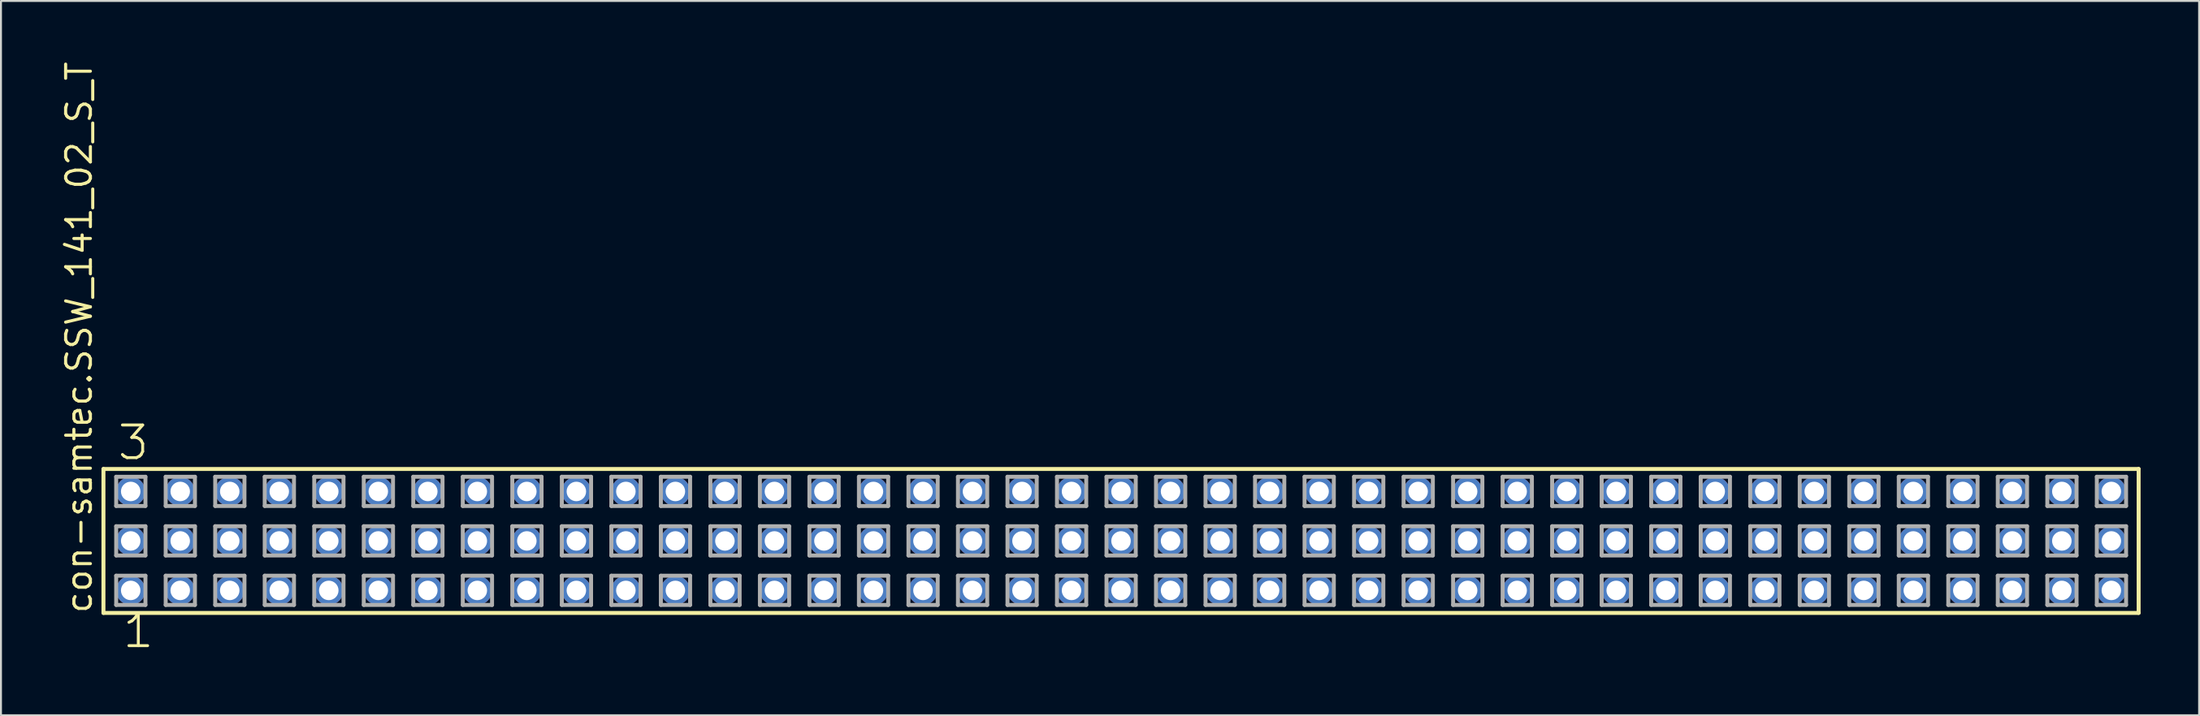
<source format=kicad_pcb>
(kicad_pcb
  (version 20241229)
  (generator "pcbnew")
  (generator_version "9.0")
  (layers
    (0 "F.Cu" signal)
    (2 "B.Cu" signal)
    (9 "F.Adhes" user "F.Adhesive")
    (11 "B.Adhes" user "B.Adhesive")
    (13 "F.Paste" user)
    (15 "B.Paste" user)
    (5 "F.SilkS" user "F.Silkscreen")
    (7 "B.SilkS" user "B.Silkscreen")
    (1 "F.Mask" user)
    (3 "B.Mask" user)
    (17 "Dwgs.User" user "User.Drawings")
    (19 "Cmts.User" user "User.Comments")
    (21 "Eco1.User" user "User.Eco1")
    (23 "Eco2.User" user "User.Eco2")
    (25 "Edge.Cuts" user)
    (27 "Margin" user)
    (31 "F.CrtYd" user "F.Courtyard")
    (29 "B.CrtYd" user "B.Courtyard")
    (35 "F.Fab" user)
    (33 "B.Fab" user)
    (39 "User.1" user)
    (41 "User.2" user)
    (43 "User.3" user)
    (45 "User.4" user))
  (footprint "con-samtec.SSW_141_02_S_T"
    (layer "F.Cu")
    (at 54.455 24.719)
    (property "Reference" "con-samtec.SSW_141_02_S_T" (at -52.705 3.81 90) (layer "F.SilkS") (effects (font (size 1.27 1.27) (thickness 0.16)) (justify left bottom)))
    (attr through_hole)
    (fp_line (start -52.199 -3.695) (end 52.199 -3.695) (stroke (width 0.203) (type default)) (layer "F.SilkS"))
    (fp_line (start -52.199 3.695) (end -52.199 -3.695) (stroke (width 0.203) (type default)) (layer "F.SilkS"))
    (fp_line (start 52.199 -3.695) (end 52.199 3.695) (stroke (width 0.203) (type default)) (layer "F.SilkS"))
    (fp_line (start 52.199 3.695) (end -52.199 3.695) (stroke (width 0.203) (type default)) (layer "F.SilkS"))
    (fp_line (start -51.545 -3.295) (end -50.045 -3.295) (stroke (width 0.203) (type default)) (layer "F.Fab"))
    (fp_line (start -51.545 -1.795) (end -51.545 -3.295) (stroke (width 0.203) (type default)) (layer "F.Fab"))
    (fp_line (start -51.545 -0.755) (end -50.045 -0.755) (stroke (width 0.203) (type default)) (layer "F.Fab"))
    (fp_line (start -51.545 0.745) (end -51.545 -0.755) (stroke (width 0.203) (type default)) (layer "F.Fab"))
    (fp_line (start -51.545 1.785) (end -50.045 1.785) (stroke (width 0.203) (type default)) (layer "F.Fab"))
    (fp_line (start -51.545 3.285) (end -51.545 1.785) (stroke (width 0.203) (type default)) (layer "F.Fab"))
    (fp_line (start -50.045 -3.295) (end -50.045 -1.795) (stroke (width 0.203) (type default)) (layer "F.Fab"))
    (fp_line (start -50.045 -1.795) (end -51.545 -1.795) (stroke (width 0.203) (type default)) (layer "F.Fab"))
    (fp_line (start -50.045 -0.755) (end -50.045 0.745) (stroke (width 0.203) (type default)) (layer "F.Fab"))
    (fp_line (start -50.045 0.745) (end -51.545 0.745) (stroke (width 0.203) (type default)) (layer "F.Fab"))
    (fp_line (start -50.045 1.785) (end -50.045 3.285) (stroke (width 0.203) (type default)) (layer "F.Fab"))
    (fp_line (start -50.045 3.285) (end -51.545 3.285) (stroke (width 0.203) (type default)) (layer "F.Fab"))
    (fp_line (start -49.005 -3.295) (end -47.505 -3.295) (stroke (width 0.203) (type default)) (layer "F.Fab"))
    (fp_line (start -49.005 -1.795) (end -49.005 -3.295) (stroke (width 0.203) (type default)) (layer "F.Fab"))
    (fp_line (start -49.005 -0.755) (end -47.505 -0.755) (stroke (width 0.203) (type default)) (layer "F.Fab"))
    (fp_line (start -49.005 0.745) (end -49.005 -0.755) (stroke (width 0.203) (type default)) (layer "F.Fab"))
    (fp_line (start -49.005 1.785) (end -47.505 1.785) (stroke (width 0.203) (type default)) (layer "F.Fab"))
    (fp_line (start -49.005 3.285) (end -49.005 1.785) (stroke (width 0.203) (type default)) (layer "F.Fab"))
    (fp_line (start -47.505 -3.295) (end -47.505 -1.795) (stroke (width 0.203) (type default)) (layer "F.Fab"))
    (fp_line (start -47.505 -1.795) (end -49.005 -1.795) (stroke (width 0.203) (type default)) (layer "F.Fab"))
    (fp_line (start -47.505 -0.755) (end -47.505 0.745) (stroke (width 0.203) (type default)) (layer "F.Fab"))
    (fp_line (start -47.505 0.745) (end -49.005 0.745) (stroke (width 0.203) (type default)) (layer "F.Fab"))
    (fp_line (start -47.505 1.785) (end -47.505 3.285) (stroke (width 0.203) (type default)) (layer "F.Fab"))
    (fp_line (start -47.505 3.285) (end -49.005 3.285) (stroke (width 0.203) (type default)) (layer "F.Fab"))
    (fp_line (start -46.465 -3.295) (end -44.965 -3.295) (stroke (width 0.203) (type default)) (layer "F.Fab"))
    (fp_line (start -46.465 -1.795) (end -46.465 -3.295) (stroke (width 0.203) (type default)) (layer "F.Fab"))
    (fp_line (start -46.465 -0.755) (end -44.965 -0.755) (stroke (width 0.203) (type default)) (layer "F.Fab"))
    (fp_line (start -46.465 0.745) (end -46.465 -0.755) (stroke (width 0.203) (type default)) (layer "F.Fab"))
    (fp_line (start -46.465 1.785) (end -44.965 1.785) (stroke (width 0.203) (type default)) (layer "F.Fab"))
    (fp_line (start -46.465 3.285) (end -46.465 1.785) (stroke (width 0.203) (type default)) (layer "F.Fab"))
    (fp_line (start -44.965 -3.295) (end -44.965 -1.795) (stroke (width 0.203) (type default)) (layer "F.Fab"))
    (fp_line (start -44.965 -1.795) (end -46.465 -1.795) (stroke (width 0.203) (type default)) (layer "F.Fab"))
    (fp_line (start -44.965 -0.755) (end -44.965 0.745) (stroke (width 0.203) (type default)) (layer "F.Fab"))
    (fp_line (start -44.965 0.745) (end -46.465 0.745) (stroke (width 0.203) (type default)) (layer "F.Fab"))
    (fp_line (start -44.965 1.785) (end -44.965 3.285) (stroke (width 0.203) (type default)) (layer "F.Fab"))
    (fp_line (start -44.965 3.285) (end -46.465 3.285) (stroke (width 0.203) (type default)) (layer "F.Fab"))
    (fp_line (start -43.925 -3.295) (end -42.425 -3.295) (stroke (width 0.203) (type default)) (layer "F.Fab"))
    (fp_line (start -43.925 -1.795) (end -43.925 -3.295) (stroke (width 0.203) (type default)) (layer "F.Fab"))
    (fp_line (start -43.925 -0.755) (end -42.425 -0.755) (stroke (width 0.203) (type default)) (layer "F.Fab"))
    (fp_line (start -43.925 0.745) (end -43.925 -0.755) (stroke (width 0.203) (type default)) (layer "F.Fab"))
    (fp_line (start -43.925 1.785) (end -42.425 1.785) (stroke (width 0.203) (type default)) (layer "F.Fab"))
    (fp_line (start -43.925 3.285) (end -43.925 1.785) (stroke (width 0.203) (type default)) (layer "F.Fab"))
    (fp_line (start -42.425 -3.295) (end -42.425 -1.795) (stroke (width 0.203) (type default)) (layer "F.Fab"))
    (fp_line (start -42.425 -1.795) (end -43.925 -1.795) (stroke (width 0.203) (type default)) (layer "F.Fab"))
    (fp_line (start -42.425 -0.755) (end -42.425 0.745) (stroke (width 0.203) (type default)) (layer "F.Fab"))
    (fp_line (start -42.425 0.745) (end -43.925 0.745) (stroke (width 0.203) (type default)) (layer "F.Fab"))
    (fp_line (start -42.425 1.785) (end -42.425 3.285) (stroke (width 0.203) (type default)) (layer "F.Fab"))
    (fp_line (start -42.425 3.285) (end -43.925 3.285) (stroke (width 0.203) (type default)) (layer "F.Fab"))
    (fp_line (start -41.385 -3.295) (end -39.885 -3.295) (stroke (width 0.203) (type default)) (layer "F.Fab"))
    (fp_line (start -41.385 -1.795) (end -41.385 -3.295) (stroke (width 0.203) (type default)) (layer "F.Fab"))
    (fp_line (start -41.385 -0.755) (end -39.885 -0.755) (stroke (width 0.203) (type default)) (layer "F.Fab"))
    (fp_line (start -41.385 0.745) (end -41.385 -0.755) (stroke (width 0.203) (type default)) (layer "F.Fab"))
    (fp_line (start -41.385 1.785) (end -39.885 1.785) (stroke (width 0.203) (type default)) (layer "F.Fab"))
    (fp_line (start -41.385 3.285) (end -41.385 1.785) (stroke (width 0.203) (type default)) (layer "F.Fab"))
    (fp_line (start -39.885 -3.295) (end -39.885 -1.795) (stroke (width 0.203) (type default)) (layer "F.Fab"))
    (fp_line (start -39.885 -1.795) (end -41.385 -1.795) (stroke (width 0.203) (type default)) (layer "F.Fab"))
    (fp_line (start -39.885 -0.755) (end -39.885 0.745) (stroke (width 0.203) (type default)) (layer "F.Fab"))
    (fp_line (start -39.885 0.745) (end -41.385 0.745) (stroke (width 0.203) (type default)) (layer "F.Fab"))
    (fp_line (start -39.885 1.785) (end -39.885 3.285) (stroke (width 0.203) (type default)) (layer "F.Fab"))
    (fp_line (start -39.885 3.285) (end -41.385 3.285) (stroke (width 0.203) (type default)) (layer "F.Fab"))
    (fp_line (start -38.845 -3.295) (end -37.345 -3.295) (stroke (width 0.203) (type default)) (layer "F.Fab"))
    (fp_line (start -38.845 -1.795) (end -38.845 -3.295) (stroke (width 0.203) (type default)) (layer "F.Fab"))
    (fp_line (start -38.845 -0.755) (end -37.345 -0.755) (stroke (width 0.203) (type default)) (layer "F.Fab"))
    (fp_line (start -38.845 0.745) (end -38.845 -0.755) (stroke (width 0.203) (type default)) (layer "F.Fab"))
    (fp_line (start -38.845 1.785) (end -37.345 1.785) (stroke (width 0.203) (type default)) (layer "F.Fab"))
    (fp_line (start -38.845 3.285) (end -38.845 1.785) (stroke (width 0.203) (type default)) (layer "F.Fab"))
    (fp_line (start -37.345 -3.295) (end -37.345 -1.795) (stroke (width 0.203) (type default)) (layer "F.Fab"))
    (fp_line (start -37.345 -1.795) (end -38.845 -1.795) (stroke (width 0.203) (type default)) (layer "F.Fab"))
    (fp_line (start -37.345 -0.755) (end -37.345 0.745) (stroke (width 0.203) (type default)) (layer "F.Fab"))
    (fp_line (start -37.345 0.745) (end -38.845 0.745) (stroke (width 0.203) (type default)) (layer "F.Fab"))
    (fp_line (start -37.345 1.785) (end -37.345 3.285) (stroke (width 0.203) (type default)) (layer "F.Fab"))
    (fp_line (start -37.345 3.285) (end -38.845 3.285) (stroke (width 0.203) (type default)) (layer "F.Fab"))
    (fp_line (start -36.305 -3.295) (end -34.805 -3.295) (stroke (width 0.203) (type default)) (layer "F.Fab"))
    (fp_line (start -36.305 -1.795) (end -36.305 -3.295) (stroke (width 0.203) (type default)) (layer "F.Fab"))
    (fp_line (start -36.305 -0.755) (end -34.805 -0.755) (stroke (width 0.203) (type default)) (layer "F.Fab"))
    (fp_line (start -36.305 0.745) (end -36.305 -0.755) (stroke (width 0.203) (type default)) (layer "F.Fab"))
    (fp_line (start -36.305 1.785) (end -34.805 1.785) (stroke (width 0.203) (type default)) (layer "F.Fab"))
    (fp_line (start -36.305 3.285) (end -36.305 1.785) (stroke (width 0.203) (type default)) (layer "F.Fab"))
    (fp_line (start -34.805 -3.295) (end -34.805 -1.795) (stroke (width 0.203) (type default)) (layer "F.Fab"))
    (fp_line (start -34.805 -1.795) (end -36.305 -1.795) (stroke (width 0.203) (type default)) (layer "F.Fab"))
    (fp_line (start -34.805 -0.755) (end -34.805 0.745) (stroke (width 0.203) (type default)) (layer "F.Fab"))
    (fp_line (start -34.805 0.745) (end -36.305 0.745) (stroke (width 0.203) (type default)) (layer "F.Fab"))
    (fp_line (start -34.805 1.785) (end -34.805 3.285) (stroke (width 0.203) (type default)) (layer "F.Fab"))
    (fp_line (start -34.805 3.285) (end -36.305 3.285) (stroke (width 0.203) (type default)) (layer "F.Fab"))
    (fp_line (start -33.765 -3.295) (end -32.265 -3.295) (stroke (width 0.203) (type default)) (layer "F.Fab"))
    (fp_line (start -33.765 -1.795) (end -33.765 -3.295) (stroke (width 0.203) (type default)) (layer "F.Fab"))
    (fp_line (start -33.765 -0.755) (end -32.265 -0.755) (stroke (width 0.203) (type default)) (layer "F.Fab"))
    (fp_line (start -33.765 0.745) (end -33.765 -0.755) (stroke (width 0.203) (type default)) (layer "F.Fab"))
    (fp_line (start -33.765 1.785) (end -32.265 1.785) (stroke (width 0.203) (type default)) (layer "F.Fab"))
    (fp_line (start -33.765 3.285) (end -33.765 1.785) (stroke (width 0.203) (type default)) (layer "F.Fab"))
    (fp_line (start -32.265 -3.295) (end -32.265 -1.795) (stroke (width 0.203) (type default)) (layer "F.Fab"))
    (fp_line (start -32.265 -1.795) (end -33.765 -1.795) (stroke (width 0.203) (type default)) (layer "F.Fab"))
    (fp_line (start -32.265 -0.755) (end -32.265 0.745) (stroke (width 0.203) (type default)) (layer "F.Fab"))
    (fp_line (start -32.265 0.745) (end -33.765 0.745) (stroke (width 0.203) (type default)) (layer "F.Fab"))
    (fp_line (start -32.265 1.785) (end -32.265 3.285) (stroke (width 0.203) (type default)) (layer "F.Fab"))
    (fp_line (start -32.265 3.285) (end -33.765 3.285) (stroke (width 0.203) (type default)) (layer "F.Fab"))
    (fp_line (start -31.225 -3.295) (end -29.725 -3.295) (stroke (width 0.203) (type default)) (layer "F.Fab"))
    (fp_line (start -31.225 -1.795) (end -31.225 -3.295) (stroke (width 0.203) (type default)) (layer "F.Fab"))
    (fp_line (start -31.225 -0.755) (end -29.725 -0.755) (stroke (width 0.203) (type default)) (layer "F.Fab"))
    (fp_line (start -31.225 0.745) (end -31.225 -0.755) (stroke (width 0.203) (type default)) (layer "F.Fab"))
    (fp_line (start -31.225 1.785) (end -29.725 1.785) (stroke (width 0.203) (type default)) (layer "F.Fab"))
    (fp_line (start -31.225 3.285) (end -31.225 1.785) (stroke (width 0.203) (type default)) (layer "F.Fab"))
    (fp_line (start -29.725 -3.295) (end -29.725 -1.795) (stroke (width 0.203) (type default)) (layer "F.Fab"))
    (fp_line (start -29.725 -1.795) (end -31.225 -1.795) (stroke (width 0.203) (type default)) (layer "F.Fab"))
    (fp_line (start -29.725 -0.755) (end -29.725 0.745) (stroke (width 0.203) (type default)) (layer "F.Fab"))
    (fp_line (start -29.725 0.745) (end -31.225 0.745) (stroke (width 0.203) (type default)) (layer "F.Fab"))
    (fp_line (start -29.725 1.785) (end -29.725 3.285) (stroke (width 0.203) (type default)) (layer "F.Fab"))
    (fp_line (start -29.725 3.285) (end -31.225 3.285) (stroke (width 0.203) (type default)) (layer "F.Fab"))
    (fp_line (start -28.685 -3.295) (end -27.185 -3.295) (stroke (width 0.203) (type default)) (layer "F.Fab"))
    (fp_line (start -28.685 -1.795) (end -28.685 -3.295) (stroke (width 0.203) (type default)) (layer "F.Fab"))
    (fp_line (start -28.685 -0.755) (end -27.185 -0.755) (stroke (width 0.203) (type default)) (layer "F.Fab"))
    (fp_line (start -28.685 0.745) (end -28.685 -0.755) (stroke (width 0.203) (type default)) (layer "F.Fab"))
    (fp_line (start -28.685 1.785) (end -27.185 1.785) (stroke (width 0.203) (type default)) (layer "F.Fab"))
    (fp_line (start -28.685 3.285) (end -28.685 1.785) (stroke (width 0.203) (type default)) (layer "F.Fab"))
    (fp_line (start -27.185 -3.295) (end -27.185 -1.795) (stroke (width 0.203) (type default)) (layer "F.Fab"))
    (fp_line (start -27.185 -1.795) (end -28.685 -1.795) (stroke (width 0.203) (type default)) (layer "F.Fab"))
    (fp_line (start -27.185 -0.755) (end -27.185 0.745) (stroke (width 0.203) (type default)) (layer "F.Fab"))
    (fp_line (start -27.185 0.745) (end -28.685 0.745) (stroke (width 0.203) (type default)) (layer "F.Fab"))
    (fp_line (start -27.185 1.785) (end -27.185 3.285) (stroke (width 0.203) (type default)) (layer "F.Fab"))
    (fp_line (start -27.185 3.285) (end -28.685 3.285) (stroke (width 0.203) (type default)) (layer "F.Fab"))
    (fp_line (start -26.145 -3.295) (end -24.645 -3.295) (stroke (width 0.203) (type default)) (layer "F.Fab"))
    (fp_line (start -26.145 -1.795) (end -26.145 -3.295) (stroke (width 0.203) (type default)) (layer "F.Fab"))
    (fp_line (start -26.145 -0.755) (end -24.645 -0.755) (stroke (width 0.203) (type default)) (layer "F.Fab"))
    (fp_line (start -26.145 0.745) (end -26.145 -0.755) (stroke (width 0.203) (type default)) (layer "F.Fab"))
    (fp_line (start -26.145 1.785) (end -24.645 1.785) (stroke (width 0.203) (type default)) (layer "F.Fab"))
    (fp_line (start -26.145 3.285) (end -26.145 1.785) (stroke (width 0.203) (type default)) (layer "F.Fab"))
    (fp_line (start -24.645 -3.295) (end -24.645 -1.795) (stroke (width 0.203) (type default)) (layer "F.Fab"))
    (fp_line (start -24.645 -1.795) (end -26.145 -1.795) (stroke (width 0.203) (type default)) (layer "F.Fab"))
    (fp_line (start -24.645 -0.755) (end -24.645 0.745) (stroke (width 0.203) (type default)) (layer "F.Fab"))
    (fp_line (start -24.645 0.745) (end -26.145 0.745) (stroke (width 0.203) (type default)) (layer "F.Fab"))
    (fp_line (start -24.645 1.785) (end -24.645 3.285) (stroke (width 0.203) (type default)) (layer "F.Fab"))
    (fp_line (start -24.645 3.285) (end -26.145 3.285) (stroke (width 0.203) (type default)) (layer "F.Fab"))
    (fp_line (start -23.605 -3.295) (end -22.105 -3.295) (stroke (width 0.203) (type default)) (layer "F.Fab"))
    (fp_line (start -23.605 -1.795) (end -23.605 -3.295) (stroke (width 0.203) (type default)) (layer "F.Fab"))
    (fp_line (start -23.605 -0.755) (end -22.105 -0.755) (stroke (width 0.203) (type default)) (layer "F.Fab"))
    (fp_line (start -23.605 0.745) (end -23.605 -0.755) (stroke (width 0.203) (type default)) (layer "F.Fab"))
    (fp_line (start -23.605 1.785) (end -22.105 1.785) (stroke (width 0.203) (type default)) (layer "F.Fab"))
    (fp_line (start -23.605 3.285) (end -23.605 1.785) (stroke (width 0.203) (type default)) (layer "F.Fab"))
    (fp_line (start -22.105 -3.295) (end -22.105 -1.795) (stroke (width 0.203) (type default)) (layer "F.Fab"))
    (fp_line (start -22.105 -1.795) (end -23.605 -1.795) (stroke (width 0.203) (type default)) (layer "F.Fab"))
    (fp_line (start -22.105 -0.755) (end -22.105 0.745) (stroke (width 0.203) (type default)) (layer "F.Fab"))
    (fp_line (start -22.105 0.745) (end -23.605 0.745) (stroke (width 0.203) (type default)) (layer "F.Fab"))
    (fp_line (start -22.105 1.785) (end -22.105 3.285) (stroke (width 0.203) (type default)) (layer "F.Fab"))
    (fp_line (start -22.105 3.285) (end -23.605 3.285) (stroke (width 0.203) (type default)) (layer "F.Fab"))
    (fp_line (start -21.065 -3.295) (end -19.565 -3.295) (stroke (width 0.203) (type default)) (layer "F.Fab"))
    (fp_line (start -21.065 -1.795) (end -21.065 -3.295) (stroke (width 0.203) (type default)) (layer "F.Fab"))
    (fp_line (start -21.065 -0.755) (end -19.565 -0.755) (stroke (width 0.203) (type default)) (layer "F.Fab"))
    (fp_line (start -21.065 0.745) (end -21.065 -0.755) (stroke (width 0.203) (type default)) (layer "F.Fab"))
    (fp_line (start -21.065 1.785) (end -19.565 1.785) (stroke (width 0.203) (type default)) (layer "F.Fab"))
    (fp_line (start -21.065 3.285) (end -21.065 1.785) (stroke (width 0.203) (type default)) (layer "F.Fab"))
    (fp_line (start -19.565 -3.295) (end -19.565 -1.795) (stroke (width 0.203) (type default)) (layer "F.Fab"))
    (fp_line (start -19.565 -1.795) (end -21.065 -1.795) (stroke (width 0.203) (type default)) (layer "F.Fab"))
    (fp_line (start -19.565 -0.755) (end -19.565 0.745) (stroke (width 0.203) (type default)) (layer "F.Fab"))
    (fp_line (start -19.565 0.745) (end -21.065 0.745) (stroke (width 0.203) (type default)) (layer "F.Fab"))
    (fp_line (start -19.565 1.785) (end -19.565 3.285) (stroke (width 0.203) (type default)) (layer "F.Fab"))
    (fp_line (start -19.565 3.285) (end -21.065 3.285) (stroke (width 0.203) (type default)) (layer "F.Fab"))
    (fp_line (start -18.525 -3.295) (end -17.025 -3.295) (stroke (width 0.203) (type default)) (layer "F.Fab"))
    (fp_line (start -18.525 -1.795) (end -18.525 -3.295) (stroke (width 0.203) (type default)) (layer "F.Fab"))
    (fp_line (start -18.525 -0.755) (end -17.025 -0.755) (stroke (width 0.203) (type default)) (layer "F.Fab"))
    (fp_line (start -18.525 0.745) (end -18.525 -0.755) (stroke (width 0.203) (type default)) (layer "F.Fab"))
    (fp_line (start -18.525 1.785) (end -17.025 1.785) (stroke (width 0.203) (type default)) (layer "F.Fab"))
    (fp_line (start -18.525 3.285) (end -18.525 1.785) (stroke (width 0.203) (type default)) (layer "F.Fab"))
    (fp_line (start -17.025 -3.295) (end -17.025 -1.795) (stroke (width 0.203) (type default)) (layer "F.Fab"))
    (fp_line (start -17.025 -1.795) (end -18.525 -1.795) (stroke (width 0.203) (type default)) (layer "F.Fab"))
    (fp_line (start -17.025 -0.755) (end -17.025 0.745) (stroke (width 0.203) (type default)) (layer "F.Fab"))
    (fp_line (start -17.025 0.745) (end -18.525 0.745) (stroke (width 0.203) (type default)) (layer "F.Fab"))
    (fp_line (start -17.025 1.785) (end -17.025 3.285) (stroke (width 0.203) (type default)) (layer "F.Fab"))
    (fp_line (start -17.025 3.285) (end -18.525 3.285) (stroke (width 0.203) (type default)) (layer "F.Fab"))
    (fp_line (start -15.985 -3.295) (end -14.485 -3.295) (stroke (width 0.203) (type default)) (layer "F.Fab"))
    (fp_line (start -15.985 -1.795) (end -15.985 -3.295) (stroke (width 0.203) (type default)) (layer "F.Fab"))
    (fp_line (start -15.985 -0.755) (end -14.485 -0.755) (stroke (width 0.203) (type default)) (layer "F.Fab"))
    (fp_line (start -15.985 0.745) (end -15.985 -0.755) (stroke (width 0.203) (type default)) (layer "F.Fab"))
    (fp_line (start -15.985 1.785) (end -14.485 1.785) (stroke (width 0.203) (type default)) (layer "F.Fab"))
    (fp_line (start -15.985 3.285) (end -15.985 1.785) (stroke (width 0.203) (type default)) (layer "F.Fab"))
    (fp_line (start -14.485 -3.295) (end -14.485 -1.795) (stroke (width 0.203) (type default)) (layer "F.Fab"))
    (fp_line (start -14.485 -1.795) (end -15.985 -1.795) (stroke (width 0.203) (type default)) (layer "F.Fab"))
    (fp_line (start -14.485 -0.755) (end -14.485 0.745) (stroke (width 0.203) (type default)) (layer "F.Fab"))
    (fp_line (start -14.485 0.745) (end -15.985 0.745) (stroke (width 0.203) (type default)) (layer "F.Fab"))
    (fp_line (start -14.485 1.785) (end -14.485 3.285) (stroke (width 0.203) (type default)) (layer "F.Fab"))
    (fp_line (start -14.485 3.285) (end -15.985 3.285) (stroke (width 0.203) (type default)) (layer "F.Fab"))
    (fp_line (start -13.445 -3.295) (end -11.945 -3.295) (stroke (width 0.203) (type default)) (layer "F.Fab"))
    (fp_line (start -13.445 -1.795) (end -13.445 -3.295) (stroke (width 0.203) (type default)) (layer "F.Fab"))
    (fp_line (start -13.445 -0.755) (end -11.945 -0.755) (stroke (width 0.203) (type default)) (layer "F.Fab"))
    (fp_line (start -13.445 0.745) (end -13.445 -0.755) (stroke (width 0.203) (type default)) (layer "F.Fab"))
    (fp_line (start -13.445 1.785) (end -11.945 1.785) (stroke (width 0.203) (type default)) (layer "F.Fab"))
    (fp_line (start -13.445 3.285) (end -13.445 1.785) (stroke (width 0.203) (type default)) (layer "F.Fab"))
    (fp_line (start -11.945 -3.295) (end -11.945 -1.795) (stroke (width 0.203) (type default)) (layer "F.Fab"))
    (fp_line (start -11.945 -1.795) (end -13.445 -1.795) (stroke (width 0.203) (type default)) (layer "F.Fab"))
    (fp_line (start -11.945 -0.755) (end -11.945 0.745) (stroke (width 0.203) (type default)) (layer "F.Fab"))
    (fp_line (start -11.945 0.745) (end -13.445 0.745) (stroke (width 0.203) (type default)) (layer "F.Fab"))
    (fp_line (start -11.945 1.785) (end -11.945 3.285) (stroke (width 0.203) (type default)) (layer "F.Fab"))
    (fp_line (start -11.945 3.285) (end -13.445 3.285) (stroke (width 0.203) (type default)) (layer "F.Fab"))
    (fp_line (start -10.905 -3.295) (end -9.405 -3.295) (stroke (width 0.203) (type default)) (layer "F.Fab"))
    (fp_line (start -10.905 -1.795) (end -10.905 -3.295) (stroke (width 0.203) (type default)) (layer "F.Fab"))
    (fp_line (start -10.905 -0.755) (end -9.405 -0.755) (stroke (width 0.203) (type default)) (layer "F.Fab"))
    (fp_line (start -10.905 0.745) (end -10.905 -0.755) (stroke (width 0.203) (type default)) (layer "F.Fab"))
    (fp_line (start -10.905 1.785) (end -9.405 1.785) (stroke (width 0.203) (type default)) (layer "F.Fab"))
    (fp_line (start -10.905 3.285) (end -10.905 1.785) (stroke (width 0.203) (type default)) (layer "F.Fab"))
    (fp_line (start -9.405 -3.295) (end -9.405 -1.795) (stroke (width 0.203) (type default)) (layer "F.Fab"))
    (fp_line (start -9.405 -1.795) (end -10.905 -1.795) (stroke (width 0.203) (type default)) (layer "F.Fab"))
    (fp_line (start -9.405 -0.755) (end -9.405 0.745) (stroke (width 0.203) (type default)) (layer "F.Fab"))
    (fp_line (start -9.405 0.745) (end -10.905 0.745) (stroke (width 0.203) (type default)) (layer "F.Fab"))
    (fp_line (start -9.405 1.785) (end -9.405 3.285) (stroke (width 0.203) (type default)) (layer "F.Fab"))
    (fp_line (start -9.405 3.285) (end -10.905 3.285) (stroke (width 0.203) (type default)) (layer "F.Fab"))
    (fp_line (start -8.365 -3.295) (end -6.865 -3.295) (stroke (width 0.203) (type default)) (layer "F.Fab"))
    (fp_line (start -8.365 -1.795) (end -8.365 -3.295) (stroke (width 0.203) (type default)) (layer "F.Fab"))
    (fp_line (start -8.365 -0.755) (end -6.865 -0.755) (stroke (width 0.203) (type default)) (layer "F.Fab"))
    (fp_line (start -8.365 0.745) (end -8.365 -0.755) (stroke (width 0.203) (type default)) (layer "F.Fab"))
    (fp_line (start -8.365 1.785) (end -6.865 1.785) (stroke (width 0.203) (type default)) (layer "F.Fab"))
    (fp_line (start -8.365 3.285) (end -8.365 1.785) (stroke (width 0.203) (type default)) (layer "F.Fab"))
    (fp_line (start -6.865 -3.295) (end -6.865 -1.795) (stroke (width 0.203) (type default)) (layer "F.Fab"))
    (fp_line (start -6.865 -1.795) (end -8.365 -1.795) (stroke (width 0.203) (type default)) (layer "F.Fab"))
    (fp_line (start -6.865 -0.755) (end -6.865 0.745) (stroke (width 0.203) (type default)) (layer "F.Fab"))
    (fp_line (start -6.865 0.745) (end -8.365 0.745) (stroke (width 0.203) (type default)) (layer "F.Fab"))
    (fp_line (start -6.865 1.785) (end -6.865 3.285) (stroke (width 0.203) (type default)) (layer "F.Fab"))
    (fp_line (start -6.865 3.285) (end -8.365 3.285) (stroke (width 0.203) (type default)) (layer "F.Fab"))
    (fp_line (start -5.825 -3.295) (end -4.325 -3.295) (stroke (width 0.203) (type default)) (layer "F.Fab"))
    (fp_line (start -5.825 -1.795) (end -5.825 -3.295) (stroke (width 0.203) (type default)) (layer "F.Fab"))
    (fp_line (start -5.825 -0.755) (end -4.325 -0.755) (stroke (width 0.203) (type default)) (layer "F.Fab"))
    (fp_line (start -5.825 0.745) (end -5.825 -0.755) (stroke (width 0.203) (type default)) (layer "F.Fab"))
    (fp_line (start -5.825 1.785) (end -4.325 1.785) (stroke (width 0.203) (type default)) (layer "F.Fab"))
    (fp_line (start -5.825 3.285) (end -5.825 1.785) (stroke (width 0.203) (type default)) (layer "F.Fab"))
    (fp_line (start -4.325 -3.295) (end -4.325 -1.795) (stroke (width 0.203) (type default)) (layer "F.Fab"))
    (fp_line (start -4.325 -1.795) (end -5.825 -1.795) (stroke (width 0.203) (type default)) (layer "F.Fab"))
    (fp_line (start -4.325 -0.755) (end -4.325 0.745) (stroke (width 0.203) (type default)) (layer "F.Fab"))
    (fp_line (start -4.325 0.745) (end -5.825 0.745) (stroke (width 0.203) (type default)) (layer "F.Fab"))
    (fp_line (start -4.325 1.785) (end -4.325 3.285) (stroke (width 0.203) (type default)) (layer "F.Fab"))
    (fp_line (start -4.325 3.285) (end -5.825 3.285) (stroke (width 0.203) (type default)) (layer "F.Fab"))
    (fp_line (start -3.285 -3.295) (end -1.785 -3.295) (stroke (width 0.203) (type default)) (layer "F.Fab"))
    (fp_line (start -3.285 -1.795) (end -3.285 -3.295) (stroke (width 0.203) (type default)) (layer "F.Fab"))
    (fp_line (start -3.285 -0.755) (end -1.785 -0.755) (stroke (width 0.203) (type default)) (layer "F.Fab"))
    (fp_line (start -3.285 0.745) (end -3.285 -0.755) (stroke (width 0.203) (type default)) (layer "F.Fab"))
    (fp_line (start -3.285 1.785) (end -1.785 1.785) (stroke (width 0.203) (type default)) (layer "F.Fab"))
    (fp_line (start -3.285 3.285) (end -3.285 1.785) (stroke (width 0.203) (type default)) (layer "F.Fab"))
    (fp_line (start -1.785 -3.295) (end -1.785 -1.795) (stroke (width 0.203) (type default)) (layer "F.Fab"))
    (fp_line (start -1.785 -1.795) (end -3.285 -1.795) (stroke (width 0.203) (type default)) (layer "F.Fab"))
    (fp_line (start -1.785 -0.755) (end -1.785 0.745) (stroke (width 0.203) (type default)) (layer "F.Fab"))
    (fp_line (start -1.785 0.745) (end -3.285 0.745) (stroke (width 0.203) (type default)) (layer "F.Fab"))
    (fp_line (start -1.785 1.785) (end -1.785 3.285) (stroke (width 0.203) (type default)) (layer "F.Fab"))
    (fp_line (start -1.785 3.285) (end -3.285 3.285) (stroke (width 0.203) (type default)) (layer "F.Fab"))
    (fp_line (start -0.745 -3.295) (end 0.755 -3.295) (stroke (width 0.203) (type default)) (layer "F.Fab"))
    (fp_line (start -0.745 -1.795) (end -0.745 -3.295) (stroke (width 0.203) (type default)) (layer "F.Fab"))
    (fp_line (start -0.745 -0.755) (end 0.755 -0.755) (stroke (width 0.203) (type default)) (layer "F.Fab"))
    (fp_line (start -0.745 0.745) (end -0.745 -0.755) (stroke (width 0.203) (type default)) (layer "F.Fab"))
    (fp_line (start -0.745 1.785) (end 0.755 1.785) (stroke (width 0.203) (type default)) (layer "F.Fab"))
    (fp_line (start -0.745 3.285) (end -0.745 1.785) (stroke (width 0.203) (type default)) (layer "F.Fab"))
    (fp_line (start 0.755 -3.295) (end 0.755 -1.795) (stroke (width 0.203) (type default)) (layer "F.Fab"))
    (fp_line (start 0.755 -1.795) (end -0.745 -1.795) (stroke (width 0.203) (type default)) (layer "F.Fab"))
    (fp_line (start 0.755 -0.755) (end 0.755 0.745) (stroke (width 0.203) (type default)) (layer "F.Fab"))
    (fp_line (start 0.755 0.745) (end -0.745 0.745) (stroke (width 0.203) (type default)) (layer "F.Fab"))
    (fp_line (start 0.755 1.785) (end 0.755 3.285) (stroke (width 0.203) (type default)) (layer "F.Fab"))
    (fp_line (start 0.755 3.285) (end -0.745 3.285) (stroke (width 0.203) (type default)) (layer "F.Fab"))
    (fp_line (start 1.795 -3.295) (end 3.295 -3.295) (stroke (width 0.203) (type default)) (layer "F.Fab"))
    (fp_line (start 1.795 -1.795) (end 1.795 -3.295) (stroke (width 0.203) (type default)) (layer "F.Fab"))
    (fp_line (start 1.795 -0.755) (end 3.295 -0.755) (stroke (width 0.203) (type default)) (layer "F.Fab"))
    (fp_line (start 1.795 0.745) (end 1.795 -0.755) (stroke (width 0.203) (type default)) (layer "F.Fab"))
    (fp_line (start 1.795 1.785) (end 3.295 1.785) (stroke (width 0.203) (type default)) (layer "F.Fab"))
    (fp_line (start 1.795 3.285) (end 1.795 1.785) (stroke (width 0.203) (type default)) (layer "F.Fab"))
    (fp_line (start 3.295 -3.295) (end 3.295 -1.795) (stroke (width 0.203) (type default)) (layer "F.Fab"))
    (fp_line (start 3.295 -1.795) (end 1.795 -1.795) (stroke (width 0.203) (type default)) (layer "F.Fab"))
    (fp_line (start 3.295 -0.755) (end 3.295 0.745) (stroke (width 0.203) (type default)) (layer "F.Fab"))
    (fp_line (start 3.295 0.745) (end 1.795 0.745) (stroke (width 0.203) (type default)) (layer "F.Fab"))
    (fp_line (start 3.295 1.785) (end 3.295 3.285) (stroke (width 0.203) (type default)) (layer "F.Fab"))
    (fp_line (start 3.295 3.285) (end 1.795 3.285) (stroke (width 0.203) (type default)) (layer "F.Fab"))
    (fp_line (start 4.335 -3.295) (end 5.835 -3.295) (stroke (width 0.203) (type default)) (layer "F.Fab"))
    (fp_line (start 4.335 -1.795) (end 4.335 -3.295) (stroke (width 0.203) (type default)) (layer "F.Fab"))
    (fp_line (start 4.335 -0.755) (end 5.835 -0.755) (stroke (width 0.203) (type default)) (layer "F.Fab"))
    (fp_line (start 4.335 0.745) (end 4.335 -0.755) (stroke (width 0.203) (type default)) (layer "F.Fab"))
    (fp_line (start 4.335 1.785) (end 5.835 1.785) (stroke (width 0.203) (type default)) (layer "F.Fab"))
    (fp_line (start 4.335 3.285) (end 4.335 1.785) (stroke (width 0.203) (type default)) (layer "F.Fab"))
    (fp_line (start 5.835 -3.295) (end 5.835 -1.795) (stroke (width 0.203) (type default)) (layer "F.Fab"))
    (fp_line (start 5.835 -1.795) (end 4.335 -1.795) (stroke (width 0.203) (type default)) (layer "F.Fab"))
    (fp_line (start 5.835 -0.755) (end 5.835 0.745) (stroke (width 0.203) (type default)) (layer "F.Fab"))
    (fp_line (start 5.835 0.745) (end 4.335 0.745) (stroke (width 0.203) (type default)) (layer "F.Fab"))
    (fp_line (start 5.835 1.785) (end 5.835 3.285) (stroke (width 0.203) (type default)) (layer "F.Fab"))
    (fp_line (start 5.835 3.285) (end 4.335 3.285) (stroke (width 0.203) (type default)) (layer "F.Fab"))
    (fp_line (start 6.875 -3.295) (end 8.375 -3.295) (stroke (width 0.203) (type default)) (layer "F.Fab"))
    (fp_line (start 6.875 -1.795) (end 6.875 -3.295) (stroke (width 0.203) (type default)) (layer "F.Fab"))
    (fp_line (start 6.875 -0.755) (end 8.375 -0.755) (stroke (width 0.203) (type default)) (layer "F.Fab"))
    (fp_line (start 6.875 0.745) (end 6.875 -0.755) (stroke (width 0.203) (type default)) (layer "F.Fab"))
    (fp_line (start 6.875 1.785) (end 8.375 1.785) (stroke (width 0.203) (type default)) (layer "F.Fab"))
    (fp_line (start 6.875 3.285) (end 6.875 1.785) (stroke (width 0.203) (type default)) (layer "F.Fab"))
    (fp_line (start 8.375 -3.295) (end 8.375 -1.795) (stroke (width 0.203) (type default)) (layer "F.Fab"))
    (fp_line (start 8.375 -1.795) (end 6.875 -1.795) (stroke (width 0.203) (type default)) (layer "F.Fab"))
    (fp_line (start 8.375 -0.755) (end 8.375 0.745) (stroke (width 0.203) (type default)) (layer "F.Fab"))
    (fp_line (start 8.375 0.745) (end 6.875 0.745) (stroke (width 0.203) (type default)) (layer "F.Fab"))
    (fp_line (start 8.375 1.785) (end 8.375 3.285) (stroke (width 0.203) (type default)) (layer "F.Fab"))
    (fp_line (start 8.375 3.285) (end 6.875 3.285) (stroke (width 0.203) (type default)) (layer "F.Fab"))
    (fp_line (start 9.415 -3.295) (end 10.915 -3.295) (stroke (width 0.203) (type default)) (layer "F.Fab"))
    (fp_line (start 9.415 -1.795) (end 9.415 -3.295) (stroke (width 0.203) (type default)) (layer "F.Fab"))
    (fp_line (start 9.415 -0.755) (end 10.915 -0.755) (stroke (width 0.203) (type default)) (layer "F.Fab"))
    (fp_line (start 9.415 0.745) (end 9.415 -0.755) (stroke (width 0.203) (type default)) (layer "F.Fab"))
    (fp_line (start 9.415 1.785) (end 10.915 1.785) (stroke (width 0.203) (type default)) (layer "F.Fab"))
    (fp_line (start 9.415 3.285) (end 9.415 1.785) (stroke (width 0.203) (type default)) (layer "F.Fab"))
    (fp_line (start 10.915 -3.295) (end 10.915 -1.795) (stroke (width 0.203) (type default)) (layer "F.Fab"))
    (fp_line (start 10.915 -1.795) (end 9.415 -1.795) (stroke (width 0.203) (type default)) (layer "F.Fab"))
    (fp_line (start 10.915 -0.755) (end 10.915 0.745) (stroke (width 0.203) (type default)) (layer "F.Fab"))
    (fp_line (start 10.915 0.745) (end 9.415 0.745) (stroke (width 0.203) (type default)) (layer "F.Fab"))
    (fp_line (start 10.915 1.785) (end 10.915 3.285) (stroke (width 0.203) (type default)) (layer "F.Fab"))
    (fp_line (start 10.915 3.285) (end 9.415 3.285) (stroke (width 0.203) (type default)) (layer "F.Fab"))
    (fp_line (start 11.955 -3.295) (end 13.455 -3.295) (stroke (width 0.203) (type default)) (layer "F.Fab"))
    (fp_line (start 11.955 -1.795) (end 11.955 -3.295) (stroke (width 0.203) (type default)) (layer "F.Fab"))
    (fp_line (start 11.955 -0.755) (end 13.455 -0.755) (stroke (width 0.203) (type default)) (layer "F.Fab"))
    (fp_line (start 11.955 0.745) (end 11.955 -0.755) (stroke (width 0.203) (type default)) (layer "F.Fab"))
    (fp_line (start 11.955 1.785) (end 13.455 1.785) (stroke (width 0.203) (type default)) (layer "F.Fab"))
    (fp_line (start 11.955 3.285) (end 11.955 1.785) (stroke (width 0.203) (type default)) (layer "F.Fab"))
    (fp_line (start 13.455 -3.295) (end 13.455 -1.795) (stroke (width 0.203) (type default)) (layer "F.Fab"))
    (fp_line (start 13.455 -1.795) (end 11.955 -1.795) (stroke (width 0.203) (type default)) (layer "F.Fab"))
    (fp_line (start 13.455 -0.755) (end 13.455 0.745) (stroke (width 0.203) (type default)) (layer "F.Fab"))
    (fp_line (start 13.455 0.745) (end 11.955 0.745) (stroke (width 0.203) (type default)) (layer "F.Fab"))
    (fp_line (start 13.455 1.785) (end 13.455 3.285) (stroke (width 0.203) (type default)) (layer "F.Fab"))
    (fp_line (start 13.455 3.285) (end 11.955 3.285) (stroke (width 0.203) (type default)) (layer "F.Fab"))
    (fp_line (start 14.495 -3.295) (end 15.995 -3.295) (stroke (width 0.203) (type default)) (layer "F.Fab"))
    (fp_line (start 14.495 -1.795) (end 14.495 -3.295) (stroke (width 0.203) (type default)) (layer "F.Fab"))
    (fp_line (start 14.495 -0.755) (end 15.995 -0.755) (stroke (width 0.203) (type default)) (layer "F.Fab"))
    (fp_line (start 14.495 0.745) (end 14.495 -0.755) (stroke (width 0.203) (type default)) (layer "F.Fab"))
    (fp_line (start 14.495 1.785) (end 15.995 1.785) (stroke (width 0.203) (type default)) (layer "F.Fab"))
    (fp_line (start 14.495 3.285) (end 14.495 1.785) (stroke (width 0.203) (type default)) (layer "F.Fab"))
    (fp_line (start 15.995 -3.295) (end 15.995 -1.795) (stroke (width 0.203) (type default)) (layer "F.Fab"))
    (fp_line (start 15.995 -1.795) (end 14.495 -1.795) (stroke (width 0.203) (type default)) (layer "F.Fab"))
    (fp_line (start 15.995 -0.755) (end 15.995 0.745) (stroke (width 0.203) (type default)) (layer "F.Fab"))
    (fp_line (start 15.995 0.745) (end 14.495 0.745) (stroke (width 0.203) (type default)) (layer "F.Fab"))
    (fp_line (start 15.995 1.785) (end 15.995 3.285) (stroke (width 0.203) (type default)) (layer "F.Fab"))
    (fp_line (start 15.995 3.285) (end 14.495 3.285) (stroke (width 0.203) (type default)) (layer "F.Fab"))
    (fp_line (start 17.035 -3.295) (end 18.535 -3.295) (stroke (width 0.203) (type default)) (layer "F.Fab"))
    (fp_line (start 17.035 -1.795) (end 17.035 -3.295) (stroke (width 0.203) (type default)) (layer "F.Fab"))
    (fp_line (start 17.035 -0.755) (end 18.535 -0.755) (stroke (width 0.203) (type default)) (layer "F.Fab"))
    (fp_line (start 17.035 0.745) (end 17.035 -0.755) (stroke (width 0.203) (type default)) (layer "F.Fab"))
    (fp_line (start 17.035 1.785) (end 18.535 1.785) (stroke (width 0.203) (type default)) (layer "F.Fab"))
    (fp_line (start 17.035 3.285) (end 17.035 1.785) (stroke (width 0.203) (type default)) (layer "F.Fab"))
    (fp_line (start 18.535 -3.295) (end 18.535 -1.795) (stroke (width 0.203) (type default)) (layer "F.Fab"))
    (fp_line (start 18.535 -1.795) (end 17.035 -1.795) (stroke (width 0.203) (type default)) (layer "F.Fab"))
    (fp_line (start 18.535 -0.755) (end 18.535 0.745) (stroke (width 0.203) (type default)) (layer "F.Fab"))
    (fp_line (start 18.535 0.745) (end 17.035 0.745) (stroke (width 0.203) (type default)) (layer "F.Fab"))
    (fp_line (start 18.535 1.785) (end 18.535 3.285) (stroke (width 0.203) (type default)) (layer "F.Fab"))
    (fp_line (start 18.535 3.285) (end 17.035 3.285) (stroke (width 0.203) (type default)) (layer "F.Fab"))
    (fp_line (start 19.575 -3.295) (end 21.075 -3.295) (stroke (width 0.203) (type default)) (layer "F.Fab"))
    (fp_line (start 19.575 -1.795) (end 19.575 -3.295) (stroke (width 0.203) (type default)) (layer "F.Fab"))
    (fp_line (start 19.575 -0.755) (end 21.075 -0.755) (stroke (width 0.203) (type default)) (layer "F.Fab"))
    (fp_line (start 19.575 0.745) (end 19.575 -0.755) (stroke (width 0.203) (type default)) (layer "F.Fab"))
    (fp_line (start 19.575 1.785) (end 21.075 1.785) (stroke (width 0.203) (type default)) (layer "F.Fab"))
    (fp_line (start 19.575 3.285) (end 19.575 1.785) (stroke (width 0.203) (type default)) (layer "F.Fab"))
    (fp_line (start 21.075 -3.295) (end 21.075 -1.795) (stroke (width 0.203) (type default)) (layer "F.Fab"))
    (fp_line (start 21.075 -1.795) (end 19.575 -1.795) (stroke (width 0.203) (type default)) (layer "F.Fab"))
    (fp_line (start 21.075 -0.755) (end 21.075 0.745) (stroke (width 0.203) (type default)) (layer "F.Fab"))
    (fp_line (start 21.075 0.745) (end 19.575 0.745) (stroke (width 0.203) (type default)) (layer "F.Fab"))
    (fp_line (start 21.075 1.785) (end 21.075 3.285) (stroke (width 0.203) (type default)) (layer "F.Fab"))
    (fp_line (start 21.075 3.285) (end 19.575 3.285) (stroke (width 0.203) (type default)) (layer "F.Fab"))
    (fp_line (start 22.115 -3.295) (end 23.615 -3.295) (stroke (width 0.203) (type default)) (layer "F.Fab"))
    (fp_line (start 22.115 -1.795) (end 22.115 -3.295) (stroke (width 0.203) (type default)) (layer "F.Fab"))
    (fp_line (start 22.115 -0.755) (end 23.615 -0.755) (stroke (width 0.203) (type default)) (layer "F.Fab"))
    (fp_line (start 22.115 0.745) (end 22.115 -0.755) (stroke (width 0.203) (type default)) (layer "F.Fab"))
    (fp_line (start 22.115 1.785) (end 23.615 1.785) (stroke (width 0.203) (type default)) (layer "F.Fab"))
    (fp_line (start 22.115 3.285) (end 22.115 1.785) (stroke (width 0.203) (type default)) (layer "F.Fab"))
    (fp_line (start 23.615 -3.295) (end 23.615 -1.795) (stroke (width 0.203) (type default)) (layer "F.Fab"))
    (fp_line (start 23.615 -1.795) (end 22.115 -1.795) (stroke (width 0.203) (type default)) (layer "F.Fab"))
    (fp_line (start 23.615 -0.755) (end 23.615 0.745) (stroke (width 0.203) (type default)) (layer "F.Fab"))
    (fp_line (start 23.615 0.745) (end 22.115 0.745) (stroke (width 0.203) (type default)) (layer "F.Fab"))
    (fp_line (start 23.615 1.785) (end 23.615 3.285) (stroke (width 0.203) (type default)) (layer "F.Fab"))
    (fp_line (start 23.615 3.285) (end 22.115 3.285) (stroke (width 0.203) (type default)) (layer "F.Fab"))
    (fp_line (start 24.655 -3.295) (end 26.155 -3.295) (stroke (width 0.203) (type default)) (layer "F.Fab"))
    (fp_line (start 24.655 -1.795) (end 24.655 -3.295) (stroke (width 0.203) (type default)) (layer "F.Fab"))
    (fp_line (start 24.655 -0.755) (end 26.155 -0.755) (stroke (width 0.203) (type default)) (layer "F.Fab"))
    (fp_line (start 24.655 0.745) (end 24.655 -0.755) (stroke (width 0.203) (type default)) (layer "F.Fab"))
    (fp_line (start 24.655 1.785) (end 26.155 1.785) (stroke (width 0.203) (type default)) (layer "F.Fab"))
    (fp_line (start 24.655 3.285) (end 24.655 1.785) (stroke (width 0.203) (type default)) (layer "F.Fab"))
    (fp_line (start 26.155 -3.295) (end 26.155 -1.795) (stroke (width 0.203) (type default)) (layer "F.Fab"))
    (fp_line (start 26.155 -1.795) (end 24.655 -1.795) (stroke (width 0.203) (type default)) (layer "F.Fab"))
    (fp_line (start 26.155 -0.755) (end 26.155 0.745) (stroke (width 0.203) (type default)) (layer "F.Fab"))
    (fp_line (start 26.155 0.745) (end 24.655 0.745) (stroke (width 0.203) (type default)) (layer "F.Fab"))
    (fp_line (start 26.155 1.785) (end 26.155 3.285) (stroke (width 0.203) (type default)) (layer "F.Fab"))
    (fp_line (start 26.155 3.285) (end 24.655 3.285) (stroke (width 0.203) (type default)) (layer "F.Fab"))
    (fp_line (start 27.195 -3.295) (end 28.695 -3.295) (stroke (width 0.203) (type default)) (layer "F.Fab"))
    (fp_line (start 27.195 -1.795) (end 27.195 -3.295) (stroke (width 0.203) (type default)) (layer "F.Fab"))
    (fp_line (start 27.195 -0.755) (end 28.695 -0.755) (stroke (width 0.203) (type default)) (layer "F.Fab"))
    (fp_line (start 27.195 0.745) (end 27.195 -0.755) (stroke (width 0.203) (type default)) (layer "F.Fab"))
    (fp_line (start 27.195 1.785) (end 28.695 1.785) (stroke (width 0.203) (type default)) (layer "F.Fab"))
    (fp_line (start 27.195 3.285) (end 27.195 1.785) (stroke (width 0.203) (type default)) (layer "F.Fab"))
    (fp_line (start 28.695 -3.295) (end 28.695 -1.795) (stroke (width 0.203) (type default)) (layer "F.Fab"))
    (fp_line (start 28.695 -1.795) (end 27.195 -1.795) (stroke (width 0.203) (type default)) (layer "F.Fab"))
    (fp_line (start 28.695 -0.755) (end 28.695 0.745) (stroke (width 0.203) (type default)) (layer "F.Fab"))
    (fp_line (start 28.695 0.745) (end 27.195 0.745) (stroke (width 0.203) (type default)) (layer "F.Fab"))
    (fp_line (start 28.695 1.785) (end 28.695 3.285) (stroke (width 0.203) (type default)) (layer "F.Fab"))
    (fp_line (start 28.695 3.285) (end 27.195 3.285) (stroke (width 0.203) (type default)) (layer "F.Fab"))
    (fp_line (start 29.735 -3.295) (end 31.235 -3.295) (stroke (width 0.203) (type default)) (layer "F.Fab"))
    (fp_line (start 29.735 -1.795) (end 29.735 -3.295) (stroke (width 0.203) (type default)) (layer "F.Fab"))
    (fp_line (start 29.735 -0.755) (end 31.235 -0.755) (stroke (width 0.203) (type default)) (layer "F.Fab"))
    (fp_line (start 29.735 0.745) (end 29.735 -0.755) (stroke (width 0.203) (type default)) (layer "F.Fab"))
    (fp_line (start 29.735 1.785) (end 31.235 1.785) (stroke (width 0.203) (type default)) (layer "F.Fab"))
    (fp_line (start 29.735 3.285) (end 29.735 1.785) (stroke (width 0.203) (type default)) (layer "F.Fab"))
    (fp_line (start 31.235 -3.295) (end 31.235 -1.795) (stroke (width 0.203) (type default)) (layer "F.Fab"))
    (fp_line (start 31.235 -1.795) (end 29.735 -1.795) (stroke (width 0.203) (type default)) (layer "F.Fab"))
    (fp_line (start 31.235 -0.755) (end 31.235 0.745) (stroke (width 0.203) (type default)) (layer "F.Fab"))
    (fp_line (start 31.235 0.745) (end 29.735 0.745) (stroke (width 0.203) (type default)) (layer "F.Fab"))
    (fp_line (start 31.235 1.785) (end 31.235 3.285) (stroke (width 0.203) (type default)) (layer "F.Fab"))
    (fp_line (start 31.235 3.285) (end 29.735 3.285) (stroke (width 0.203) (type default)) (layer "F.Fab"))
    (fp_line (start 32.275 -3.295) (end 33.775 -3.295) (stroke (width 0.203) (type default)) (layer "F.Fab"))
    (fp_line (start 32.275 -1.795) (end 32.275 -3.295) (stroke (width 0.203) (type default)) (layer "F.Fab"))
    (fp_line (start 32.275 -0.755) (end 33.775 -0.755) (stroke (width 0.203) (type default)) (layer "F.Fab"))
    (fp_line (start 32.275 0.745) (end 32.275 -0.755) (stroke (width 0.203) (type default)) (layer "F.Fab"))
    (fp_line (start 32.275 1.785) (end 33.775 1.785) (stroke (width 0.203) (type default)) (layer "F.Fab"))
    (fp_line (start 32.275 3.285) (end 32.275 1.785) (stroke (width 0.203) (type default)) (layer "F.Fab"))
    (fp_line (start 33.775 -3.295) (end 33.775 -1.795) (stroke (width 0.203) (type default)) (layer "F.Fab"))
    (fp_line (start 33.775 -1.795) (end 32.275 -1.795) (stroke (width 0.203) (type default)) (layer "F.Fab"))
    (fp_line (start 33.775 -0.755) (end 33.775 0.745) (stroke (width 0.203) (type default)) (layer "F.Fab"))
    (fp_line (start 33.775 0.745) (end 32.275 0.745) (stroke (width 0.203) (type default)) (layer "F.Fab"))
    (fp_line (start 33.775 1.785) (end 33.775 3.285) (stroke (width 0.203) (type default)) (layer "F.Fab"))
    (fp_line (start 33.775 3.285) (end 32.275 3.285) (stroke (width 0.203) (type default)) (layer "F.Fab"))
    (fp_line (start 34.815 -3.295) (end 36.315 -3.295) (stroke (width 0.203) (type default)) (layer "F.Fab"))
    (fp_line (start 34.815 -1.795) (end 34.815 -3.295) (stroke (width 0.203) (type default)) (layer "F.Fab"))
    (fp_line (start 34.815 -0.755) (end 36.315 -0.755) (stroke (width 0.203) (type default)) (layer "F.Fab"))
    (fp_line (start 34.815 0.745) (end 34.815 -0.755) (stroke (width 0.203) (type default)) (layer "F.Fab"))
    (fp_line (start 34.815 1.785) (end 36.315 1.785) (stroke (width 0.203) (type default)) (layer "F.Fab"))
    (fp_line (start 34.815 3.285) (end 34.815 1.785) (stroke (width 0.203) (type default)) (layer "F.Fab"))
    (fp_line (start 36.315 -3.295) (end 36.315 -1.795) (stroke (width 0.203) (type default)) (layer "F.Fab"))
    (fp_line (start 36.315 -1.795) (end 34.815 -1.795) (stroke (width 0.203) (type default)) (layer "F.Fab"))
    (fp_line (start 36.315 -0.755) (end 36.315 0.745) (stroke (width 0.203) (type default)) (layer "F.Fab"))
    (fp_line (start 36.315 0.745) (end 34.815 0.745) (stroke (width 0.203) (type default)) (layer "F.Fab"))
    (fp_line (start 36.315 1.785) (end 36.315 3.285) (stroke (width 0.203) (type default)) (layer "F.Fab"))
    (fp_line (start 36.315 3.285) (end 34.815 3.285) (stroke (width 0.203) (type default)) (layer "F.Fab"))
    (fp_line (start 37.355 -3.295) (end 38.855 -3.295) (stroke (width 0.203) (type default)) (layer "F.Fab"))
    (fp_line (start 37.355 -1.795) (end 37.355 -3.295) (stroke (width 0.203) (type default)) (layer "F.Fab"))
    (fp_line (start 37.355 -0.755) (end 38.855 -0.755) (stroke (width 0.203) (type default)) (layer "F.Fab"))
    (fp_line (start 37.355 0.745) (end 37.355 -0.755) (stroke (width 0.203) (type default)) (layer "F.Fab"))
    (fp_line (start 37.355 1.785) (end 38.855 1.785) (stroke (width 0.203) (type default)) (layer "F.Fab"))
    (fp_line (start 37.355 3.285) (end 37.355 1.785) (stroke (width 0.203) (type default)) (layer "F.Fab"))
    (fp_line (start 38.855 -3.295) (end 38.855 -1.795) (stroke (width 0.203) (type default)) (layer "F.Fab"))
    (fp_line (start 38.855 -1.795) (end 37.355 -1.795) (stroke (width 0.203) (type default)) (layer "F.Fab"))
    (fp_line (start 38.855 -0.755) (end 38.855 0.745) (stroke (width 0.203) (type default)) (layer "F.Fab"))
    (fp_line (start 38.855 0.745) (end 37.355 0.745) (stroke (width 0.203) (type default)) (layer "F.Fab"))
    (fp_line (start 38.855 1.785) (end 38.855 3.285) (stroke (width 0.203) (type default)) (layer "F.Fab"))
    (fp_line (start 38.855 3.285) (end 37.355 3.285) (stroke (width 0.203) (type default)) (layer "F.Fab"))
    (fp_line (start 39.895 -3.295) (end 41.395 -3.295) (stroke (width 0.203) (type default)) (layer "F.Fab"))
    (fp_line (start 39.895 -1.795) (end 39.895 -3.295) (stroke (width 0.203) (type default)) (layer "F.Fab"))
    (fp_line (start 39.895 -0.755) (end 41.395 -0.755) (stroke (width 0.203) (type default)) (layer "F.Fab"))
    (fp_line (start 39.895 0.745) (end 39.895 -0.755) (stroke (width 0.203) (type default)) (layer "F.Fab"))
    (fp_line (start 39.895 1.785) (end 41.395 1.785) (stroke (width 0.203) (type default)) (layer "F.Fab"))
    (fp_line (start 39.895 3.285) (end 39.895 1.785) (stroke (width 0.203) (type default)) (layer "F.Fab"))
    (fp_line (start 41.395 -3.295) (end 41.395 -1.795) (stroke (width 0.203) (type default)) (layer "F.Fab"))
    (fp_line (start 41.395 -1.795) (end 39.895 -1.795) (stroke (width 0.203) (type default)) (layer "F.Fab"))
    (fp_line (start 41.395 -0.755) (end 41.395 0.745) (stroke (width 0.203) (type default)) (layer "F.Fab"))
    (fp_line (start 41.395 0.745) (end 39.895 0.745) (stroke (width 0.203) (type default)) (layer "F.Fab"))
    (fp_line (start 41.395 1.785) (end 41.395 3.285) (stroke (width 0.203) (type default)) (layer "F.Fab"))
    (fp_line (start 41.395 3.285) (end 39.895 3.285) (stroke (width 0.203) (type default)) (layer "F.Fab"))
    (fp_line (start 42.435 -3.295) (end 43.935 -3.295) (stroke (width 0.203) (type default)) (layer "F.Fab"))
    (fp_line (start 42.435 -1.795) (end 42.435 -3.295) (stroke (width 0.203) (type default)) (layer "F.Fab"))
    (fp_line (start 42.435 -0.755) (end 43.935 -0.755) (stroke (width 0.203) (type default)) (layer "F.Fab"))
    (fp_line (start 42.435 0.745) (end 42.435 -0.755) (stroke (width 0.203) (type default)) (layer "F.Fab"))
    (fp_line (start 42.435 1.785) (end 43.935 1.785) (stroke (width 0.203) (type default)) (layer "F.Fab"))
    (fp_line (start 42.435 3.285) (end 42.435 1.785) (stroke (width 0.203) (type default)) (layer "F.Fab"))
    (fp_line (start 43.935 -3.295) (end 43.935 -1.795) (stroke (width 0.203) (type default)) (layer "F.Fab"))
    (fp_line (start 43.935 -1.795) (end 42.435 -1.795) (stroke (width 0.203) (type default)) (layer "F.Fab"))
    (fp_line (start 43.935 -0.755) (end 43.935 0.745) (stroke (width 0.203) (type default)) (layer "F.Fab"))
    (fp_line (start 43.935 0.745) (end 42.435 0.745) (stroke (width 0.203) (type default)) (layer "F.Fab"))
    (fp_line (start 43.935 1.785) (end 43.935 3.285) (stroke (width 0.203) (type default)) (layer "F.Fab"))
    (fp_line (start 43.935 3.285) (end 42.435 3.285) (stroke (width 0.203) (type default)) (layer "F.Fab"))
    (fp_line (start 44.975 -3.295) (end 46.475 -3.295) (stroke (width 0.203) (type default)) (layer "F.Fab"))
    (fp_line (start 44.975 -1.795) (end 44.975 -3.295) (stroke (width 0.203) (type default)) (layer "F.Fab"))
    (fp_line (start 44.975 -0.755) (end 46.475 -0.755) (stroke (width 0.203) (type default)) (layer "F.Fab"))
    (fp_line (start 44.975 0.745) (end 44.975 -0.755) (stroke (width 0.203) (type default)) (layer "F.Fab"))
    (fp_line (start 44.975 1.785) (end 46.475 1.785) (stroke (width 0.203) (type default)) (layer "F.Fab"))
    (fp_line (start 44.975 3.285) (end 44.975 1.785) (stroke (width 0.203) (type default)) (layer "F.Fab"))
    (fp_line (start 46.475 -3.295) (end 46.475 -1.795) (stroke (width 0.203) (type default)) (layer "F.Fab"))
    (fp_line (start 46.475 -1.795) (end 44.975 -1.795) (stroke (width 0.203) (type default)) (layer "F.Fab"))
    (fp_line (start 46.475 -0.755) (end 46.475 0.745) (stroke (width 0.203) (type default)) (layer "F.Fab"))
    (fp_line (start 46.475 0.745) (end 44.975 0.745) (stroke (width 0.203) (type default)) (layer "F.Fab"))
    (fp_line (start 46.475 1.785) (end 46.475 3.285) (stroke (width 0.203) (type default)) (layer "F.Fab"))
    (fp_line (start 46.475 3.285) (end 44.975 3.285) (stroke (width 0.203) (type default)) (layer "F.Fab"))
    (fp_line (start 47.515 -3.295) (end 49.015 -3.295) (stroke (width 0.203) (type default)) (layer "F.Fab"))
    (fp_line (start 47.515 -1.795) (end 47.515 -3.295) (stroke (width 0.203) (type default)) (layer "F.Fab"))
    (fp_line (start 47.515 -0.755) (end 49.015 -0.755) (stroke (width 0.203) (type default)) (layer "F.Fab"))
    (fp_line (start 47.515 0.745) (end 47.515 -0.755) (stroke (width 0.203) (type default)) (layer "F.Fab"))
    (fp_line (start 47.515 1.785) (end 49.015 1.785) (stroke (width 0.203) (type default)) (layer "F.Fab"))
    (fp_line (start 47.515 3.285) (end 47.515 1.785) (stroke (width 0.203) (type default)) (layer "F.Fab"))
    (fp_line (start 49.015 -3.295) (end 49.015 -1.795) (stroke (width 0.203) (type default)) (layer "F.Fab"))
    (fp_line (start 49.015 -1.795) (end 47.515 -1.795) (stroke (width 0.203) (type default)) (layer "F.Fab"))
    (fp_line (start 49.015 -0.755) (end 49.015 0.745) (stroke (width 0.203) (type default)) (layer "F.Fab"))
    (fp_line (start 49.015 0.745) (end 47.515 0.745) (stroke (width 0.203) (type default)) (layer "F.Fab"))
    (fp_line (start 49.015 1.785) (end 49.015 3.285) (stroke (width 0.203) (type default)) (layer "F.Fab"))
    (fp_line (start 49.015 3.285) (end 47.515 3.285) (stroke (width 0.203) (type default)) (layer "F.Fab"))
    (fp_line (start 50.055 -3.295) (end 51.555 -3.295) (stroke (width 0.203) (type default)) (layer "F.Fab"))
    (fp_line (start 50.055 -1.795) (end 50.055 -3.295) (stroke (width 0.203) (type default)) (layer "F.Fab"))
    (fp_line (start 50.055 -0.755) (end 51.555 -0.755) (stroke (width 0.203) (type default)) (layer "F.Fab"))
    (fp_line (start 50.055 0.745) (end 50.055 -0.755) (stroke (width 0.203) (type default)) (layer "F.Fab"))
    (fp_line (start 50.055 1.785) (end 51.555 1.785) (stroke (width 0.203) (type default)) (layer "F.Fab"))
    (fp_line (start 50.055 3.285) (end 50.055 1.785) (stroke (width 0.203) (type default)) (layer "F.Fab"))
    (fp_line (start 51.555 -3.295) (end 51.555 -1.795) (stroke (width 0.203) (type default)) (layer "F.Fab"))
    (fp_line (start 51.555 -1.795) (end 50.055 -1.795) (stroke (width 0.203) (type default)) (layer "F.Fab"))
    (fp_line (start 51.555 -0.755) (end 51.555 0.745) (stroke (width 0.203) (type default)) (layer "F.Fab"))
    (fp_line (start 51.555 0.745) (end 50.055 0.745) (stroke (width 0.203) (type default)) (layer "F.Fab"))
    (fp_line (start 51.555 1.785) (end 51.555 3.285) (stroke (width 0.203) (type default)) (layer "F.Fab"))
    (fp_line (start 51.555 3.285) (end 50.055 3.285) (stroke (width 0.203) (type default)) (layer "F.Fab"))
    (fp_text user "3" (at -51.562 -4.064 0) (layer "F.SilkS") (effects (font (size 1.676 1.676) (thickness 0.15)) (justify left bottom)))
    (fp_text user "1" (at -51.308 5.588 0) (layer "F.SilkS") (effects (font (size 1.676 1.676) (thickness 0.15)) (justify left bottom)))
    (pad "1" thru_hole circle (at -50.8 2.54) (size 1.5 1.5) (drill 1) (layers "*.Cu" "*.Mask"))
    (pad "2" thru_hole circle (at -50.8 0) (size 1.5 1.5) (drill 1) (layers "*.Cu" "*.Mask"))
    (pad "3" thru_hole circle (at -50.8 -2.54) (size 1.5 1.5) (drill 1) (layers "*.Cu" "*.Mask"))
    (pad "4" thru_hole circle (at -48.26 2.54) (size 1.5 1.5) (drill 1) (layers "*.Cu" "*.Mask"))
    (pad "5" thru_hole circle (at -48.26 0) (size 1.5 1.5) (drill 1) (layers "*.Cu" "*.Mask"))
    (pad "6" thru_hole circle (at -48.26 -2.54) (size 1.5 1.5) (drill 1) (layers "*.Cu" "*.Mask"))
    (pad "7" thru_hole circle (at -45.72 2.54) (size 1.5 1.5) (drill 1) (layers "*.Cu" "*.Mask"))
    (pad "8" thru_hole circle (at -45.72 0) (size 1.5 1.5) (drill 1) (layers "*.Cu" "*.Mask"))
    (pad "9" thru_hole circle (at -45.72 -2.54) (size 1.5 1.5) (drill 1) (layers "*.Cu" "*.Mask"))
    (pad "10" thru_hole circle (at -43.18 2.54) (size 1.5 1.5) (drill 1) (layers "*.Cu" "*.Mask"))
    (pad "11" thru_hole circle (at -43.18 0) (size 1.5 1.5) (drill 1) (layers "*.Cu" "*.Mask"))
    (pad "12" thru_hole circle (at -43.18 -2.54) (size 1.5 1.5) (drill 1) (layers "*.Cu" "*.Mask"))
    (pad "13" thru_hole circle (at -40.64 2.54) (size 1.5 1.5) (drill 1) (layers "*.Cu" "*.Mask"))
    (pad "14" thru_hole circle (at -40.64 0) (size 1.5 1.5) (drill 1) (layers "*.Cu" "*.Mask"))
    (pad "15" thru_hole circle (at -40.64 -2.54) (size 1.5 1.5) (drill 1) (layers "*.Cu" "*.Mask"))
    (pad "16" thru_hole circle (at -38.1 2.54) (size 1.5 1.5) (drill 1) (layers "*.Cu" "*.Mask"))
    (pad "17" thru_hole circle (at -38.1 0) (size 1.5 1.5) (drill 1) (layers "*.Cu" "*.Mask"))
    (pad "18" thru_hole circle (at -38.1 -2.54) (size 1.5 1.5) (drill 1) (layers "*.Cu" "*.Mask"))
    (pad "19" thru_hole circle (at -35.56 2.54) (size 1.5 1.5) (drill 1) (layers "*.Cu" "*.Mask"))
    (pad "20" thru_hole circle (at -35.56 0) (size 1.5 1.5) (drill 1) (layers "*.Cu" "*.Mask"))
    (pad "21" thru_hole circle (at -35.56 -2.54) (size 1.5 1.5) (drill 1) (layers "*.Cu" "*.Mask"))
    (pad "22" thru_hole circle (at -33.02 2.54) (size 1.5 1.5) (drill 1) (layers "*.Cu" "*.Mask"))
    (pad "23" thru_hole circle (at -33.02 0) (size 1.5 1.5) (drill 1) (layers "*.Cu" "*.Mask"))
    (pad "24" thru_hole circle (at -33.02 -2.54) (size 1.5 1.5) (drill 1) (layers "*.Cu" "*.Mask"))
    (pad "25" thru_hole circle (at -30.48 2.54) (size 1.5 1.5) (drill 1) (layers "*.Cu" "*.Mask"))
    (pad "26" thru_hole circle (at -30.48 0) (size 1.5 1.5) (drill 1) (layers "*.Cu" "*.Mask"))
    (pad "27" thru_hole circle (at -30.48 -2.54) (size 1.5 1.5) (drill 1) (layers "*.Cu" "*.Mask"))
    (pad "28" thru_hole circle (at -27.94 2.54) (size 1.5 1.5) (drill 1) (layers "*.Cu" "*.Mask"))
    (pad "29" thru_hole circle (at -27.94 0) (size 1.5 1.5) (drill 1) (layers "*.Cu" "*.Mask"))
    (pad "30" thru_hole circle (at -27.94 -2.54) (size 1.5 1.5) (drill 1) (layers "*.Cu" "*.Mask"))
    (pad "31" thru_hole circle (at -25.4 2.54) (size 1.5 1.5) (drill 1) (layers "*.Cu" "*.Mask"))
    (pad "32" thru_hole circle (at -25.4 0) (size 1.5 1.5) (drill 1) (layers "*.Cu" "*.Mask"))
    (pad "33" thru_hole circle (at -25.4 -2.54) (size 1.5 1.5) (drill 1) (layers "*.Cu" "*.Mask"))
    (pad "34" thru_hole circle (at -22.86 2.54) (size 1.5 1.5) (drill 1) (layers "*.Cu" "*.Mask"))
    (pad "35" thru_hole circle (at -22.86 0) (size 1.5 1.5) (drill 1) (layers "*.Cu" "*.Mask"))
    (pad "36" thru_hole circle (at -22.86 -2.54) (size 1.5 1.5) (drill 1) (layers "*.Cu" "*.Mask"))
    (pad "37" thru_hole circle (at -20.32 2.54) (size 1.5 1.5) (drill 1) (layers "*.Cu" "*.Mask"))
    (pad "38" thru_hole circle (at -20.32 0) (size 1.5 1.5) (drill 1) (layers "*.Cu" "*.Mask"))
    (pad "39" thru_hole circle (at -20.32 -2.54) (size 1.5 1.5) (drill 1) (layers "*.Cu" "*.Mask"))
    (pad "40" thru_hole circle (at -17.78 2.54) (size 1.5 1.5) (drill 1) (layers "*.Cu" "*.Mask"))
    (pad "41" thru_hole circle (at -17.78 0) (size 1.5 1.5) (drill 1) (layers "*.Cu" "*.Mask"))
    (pad "42" thru_hole circle (at -17.78 -2.54) (size 1.5 1.5) (drill 1) (layers "*.Cu" "*.Mask"))
    (pad "43" thru_hole circle (at -15.24 2.54) (size 1.5 1.5) (drill 1) (layers "*.Cu" "*.Mask"))
    (pad "44" thru_hole circle (at -15.24 0) (size 1.5 1.5) (drill 1) (layers "*.Cu" "*.Mask"))
    (pad "45" thru_hole circle (at -15.24 -2.54) (size 1.5 1.5) (drill 1) (layers "*.Cu" "*.Mask"))
    (pad "46" thru_hole circle (at -12.7 2.54) (size 1.5 1.5) (drill 1) (layers "*.Cu" "*.Mask"))
    (pad "47" thru_hole circle (at -12.7 0) (size 1.5 1.5) (drill 1) (layers "*.Cu" "*.Mask"))
    (pad "48" thru_hole circle (at -12.7 -2.54) (size 1.5 1.5) (drill 1) (layers "*.Cu" "*.Mask"))
    (pad "49" thru_hole circle (at -10.16 2.54) (size 1.5 1.5) (drill 1) (layers "*.Cu" "*.Mask"))
    (pad "50" thru_hole circle (at -10.16 0) (size 1.5 1.5) (drill 1) (layers "*.Cu" "*.Mask"))
    (pad "51" thru_hole circle (at -10.16 -2.54) (size 1.5 1.5) (drill 1) (layers "*.Cu" "*.Mask"))
    (pad "52" thru_hole circle (at -7.62 2.54) (size 1.5 1.5) (drill 1) (layers "*.Cu" "*.Mask"))
    (pad "53" thru_hole circle (at -7.62 0) (size 1.5 1.5) (drill 1) (layers "*.Cu" "*.Mask"))
    (pad "54" thru_hole circle (at -7.62 -2.54) (size 1.5 1.5) (drill 1) (layers "*.Cu" "*.Mask"))
    (pad "55" thru_hole circle (at -5.08 2.54) (size 1.5 1.5) (drill 1) (layers "*.Cu" "*.Mask"))
    (pad "56" thru_hole circle (at -5.08 0) (size 1.5 1.5) (drill 1) (layers "*.Cu" "*.Mask"))
    (pad "57" thru_hole circle (at -5.08 -2.54) (size 1.5 1.5) (drill 1) (layers "*.Cu" "*.Mask"))
    (pad "58" thru_hole circle (at -2.54 2.54) (size 1.5 1.5) (drill 1) (layers "*.Cu" "*.Mask"))
    (pad "59" thru_hole circle (at -2.54 0) (size 1.5 1.5) (drill 1) (layers "*.Cu" "*.Mask"))
    (pad "60" thru_hole circle (at -2.54 -2.54) (size 1.5 1.5) (drill 1) (layers "*.Cu" "*.Mask"))
    (pad "61" thru_hole circle (at 0 2.54) (size 1.5 1.5) (drill 1) (layers "*.Cu" "*.Mask"))
    (pad "62" thru_hole circle (at 0 0) (size 1.5 1.5) (drill 1) (layers "*.Cu" "*.Mask"))
    (pad "63" thru_hole circle (at 0 -2.54) (size 1.5 1.5) (drill 1) (layers "*.Cu" "*.Mask"))
    (pad "64" thru_hole circle (at 2.54 2.54) (size 1.5 1.5) (drill 1) (layers "*.Cu" "*.Mask"))
    (pad "65" thru_hole circle (at 2.54 0) (size 1.5 1.5) (drill 1) (layers "*.Cu" "*.Mask"))
    (pad "66" thru_hole circle (at 2.54 -2.54) (size 1.5 1.5) (drill 1) (layers "*.Cu" "*.Mask"))
    (pad "67" thru_hole circle (at 5.08 2.54) (size 1.5 1.5) (drill 1) (layers "*.Cu" "*.Mask"))
    (pad "68" thru_hole circle (at 5.08 0) (size 1.5 1.5) (drill 1) (layers "*.Cu" "*.Mask"))
    (pad "69" thru_hole circle (at 5.08 -2.54) (size 1.5 1.5) (drill 1) (layers "*.Cu" "*.Mask"))
    (pad "70" thru_hole circle (at 7.62 2.54) (size 1.5 1.5) (drill 1) (layers "*.Cu" "*.Mask"))
    (pad "71" thru_hole circle (at 7.62 0) (size 1.5 1.5) (drill 1) (layers "*.Cu" "*.Mask"))
    (pad "72" thru_hole circle (at 7.62 -2.54) (size 1.5 1.5) (drill 1) (layers "*.Cu" "*.Mask"))
    (pad "73" thru_hole circle (at 10.16 2.54) (size 1.5 1.5) (drill 1) (layers "*.Cu" "*.Mask"))
    (pad "74" thru_hole circle (at 10.16 0) (size 1.5 1.5) (drill 1) (layers "*.Cu" "*.Mask"))
    (pad "75" thru_hole circle (at 10.16 -2.54) (size 1.5 1.5) (drill 1) (layers "*.Cu" "*.Mask"))
    (pad "76" thru_hole circle (at 12.7 2.54) (size 1.5 1.5) (drill 1) (layers "*.Cu" "*.Mask"))
    (pad "77" thru_hole circle (at 12.7 0) (size 1.5 1.5) (drill 1) (layers "*.Cu" "*.Mask"))
    (pad "78" thru_hole circle (at 12.7 -2.54) (size 1.5 1.5) (drill 1) (layers "*.Cu" "*.Mask"))
    (pad "79" thru_hole circle (at 15.24 2.54) (size 1.5 1.5) (drill 1) (layers "*.Cu" "*.Mask"))
    (pad "80" thru_hole circle (at 15.24 0) (size 1.5 1.5) (drill 1) (layers "*.Cu" "*.Mask"))
    (pad "81" thru_hole circle (at 15.24 -2.54) (size 1.5 1.5) (drill 1) (layers "*.Cu" "*.Mask"))
    (pad "82" thru_hole circle (at 17.78 2.54) (size 1.5 1.5) (drill 1) (layers "*.Cu" "*.Mask"))
    (pad "83" thru_hole circle (at 17.78 0) (size 1.5 1.5) (drill 1) (layers "*.Cu" "*.Mask"))
    (pad "84" thru_hole circle (at 17.78 -2.54) (size 1.5 1.5) (drill 1) (layers "*.Cu" "*.Mask"))
    (pad "85" thru_hole circle (at 20.32 2.54) (size 1.5 1.5) (drill 1) (layers "*.Cu" "*.Mask"))
    (pad "86" thru_hole circle (at 20.32 0) (size 1.5 1.5) (drill 1) (layers "*.Cu" "*.Mask"))
    (pad "87" thru_hole circle (at 20.32 -2.54) (size 1.5 1.5) (drill 1) (layers "*.Cu" "*.Mask"))
    (pad "88" thru_hole circle (at 22.86 2.54) (size 1.5 1.5) (drill 1) (layers "*.Cu" "*.Mask"))
    (pad "89" thru_hole circle (at 22.86 0) (size 1.5 1.5) (drill 1) (layers "*.Cu" "*.Mask"))
    (pad "90" thru_hole circle (at 22.86 -2.54) (size 1.5 1.5) (drill 1) (layers "*.Cu" "*.Mask"))
    (pad "91" thru_hole circle (at 25.4 2.54) (size 1.5 1.5) (drill 1) (layers "*.Cu" "*.Mask"))
    (pad "92" thru_hole circle (at 25.4 0) (size 1.5 1.5) (drill 1) (layers "*.Cu" "*.Mask"))
    (pad "93" thru_hole circle (at 25.4 -2.54) (size 1.5 1.5) (drill 1) (layers "*.Cu" "*.Mask"))
    (pad "94" thru_hole circle (at 27.94 2.54) (size 1.5 1.5) (drill 1) (layers "*.Cu" "*.Mask"))
    (pad "95" thru_hole circle (at 27.94 0) (size 1.5 1.5) (drill 1) (layers "*.Cu" "*.Mask"))
    (pad "96" thru_hole circle (at 27.94 -2.54) (size 1.5 1.5) (drill 1) (layers "*.Cu" "*.Mask"))
    (pad "97" thru_hole circle (at 30.48 2.54) (size 1.5 1.5) (drill 1) (layers "*.Cu" "*.Mask"))
    (pad "98" thru_hole circle (at 30.48 0) (size 1.5 1.5) (drill 1) (layers "*.Cu" "*.Mask"))
    (pad "99" thru_hole circle (at 30.48 -2.54) (size 1.5 1.5) (drill 1) (layers "*.Cu" "*.Mask"))
    (pad "100" thru_hole circle (at 33.02 2.54) (size 1.5 1.5) (drill 1) (layers "*.Cu" "*.Mask"))
    (pad "101" thru_hole circle (at 33.02 0) (size 1.5 1.5) (drill 1) (layers "*.Cu" "*.Mask"))
    (pad "102" thru_hole circle (at 33.02 -2.54) (size 1.5 1.5) (drill 1) (layers "*.Cu" "*.Mask"))
    (pad "103" thru_hole circle (at 35.56 2.54) (size 1.5 1.5) (drill 1) (layers "*.Cu" "*.Mask"))
    (pad "104" thru_hole circle (at 35.56 0) (size 1.5 1.5) (drill 1) (layers "*.Cu" "*.Mask"))
    (pad "105" thru_hole circle (at 35.56 -2.54) (size 1.5 1.5) (drill 1) (layers "*.Cu" "*.Mask"))
    (pad "106" thru_hole circle (at 38.1 2.54) (size 1.5 1.5) (drill 1) (layers "*.Cu" "*.Mask"))
    (pad "107" thru_hole circle (at 38.1 0) (size 1.5 1.5) (drill 1) (layers "*.Cu" "*.Mask"))
    (pad "108" thru_hole circle (at 38.1 -2.54) (size 1.5 1.5) (drill 1) (layers "*.Cu" "*.Mask"))
    (pad "109" thru_hole circle (at 40.64 2.54) (size 1.5 1.5) (drill 1) (layers "*.Cu" "*.Mask"))
    (pad "110" thru_hole circle (at 40.64 0) (size 1.5 1.5) (drill 1) (layers "*.Cu" "*.Mask"))
    (pad "111" thru_hole circle (at 40.64 -2.54) (size 1.5 1.5) (drill 1) (layers "*.Cu" "*.Mask"))
    (pad "112" thru_hole circle (at 43.18 2.54) (size 1.5 1.5) (drill 1) (layers "*.Cu" "*.Mask"))
    (pad "113" thru_hole circle (at 43.18 0) (size 1.5 1.5) (drill 1) (layers "*.Cu" "*.Mask"))
    (pad "114" thru_hole circle (at 43.18 -2.54) (size 1.5 1.5) (drill 1) (layers "*.Cu" "*.Mask"))
    (pad "115" thru_hole circle (at 45.72 2.54) (size 1.5 1.5) (drill 1) (layers "*.Cu" "*.Mask"))
    (pad "116" thru_hole circle (at 45.72 0) (size 1.5 1.5) (drill 1) (layers "*.Cu" "*.Mask"))
    (pad "117" thru_hole circle (at 45.72 -2.54) (size 1.5 1.5) (drill 1) (layers "*.Cu" "*.Mask"))
    (pad "118" thru_hole circle (at 48.26 2.54) (size 1.5 1.5) (drill 1) (layers "*.Cu" "*.Mask"))
    (pad "119" thru_hole circle (at 48.26 0) (size 1.5 1.5) (drill 1) (layers "*.Cu" "*.Mask"))
    (pad "120" thru_hole circle (at 48.26 -2.54) (size 1.5 1.5) (drill 1) (layers "*.Cu" "*.Mask"))
    (pad "121" thru_hole circle (at 50.8 2.54) (size 1.5 1.5) (drill 1) (layers "*.Cu" "*.Mask"))
    (pad "122" thru_hole circle (at 50.8 0) (size 1.5 1.5) (drill 1) (layers "*.Cu" "*.Mask"))
    (pad "123" thru_hole circle (at 50.8 -2.54) (size 1.5 1.5) (drill 1) (layers "*.Cu" "*.Mask")))
  (gr_rect
    (start -3 -3)
    (end 109.756 33.668)
    (stroke (width 0.1) (type default))
    (fill no)
    (layer "Edge.Cuts")))
</source>
